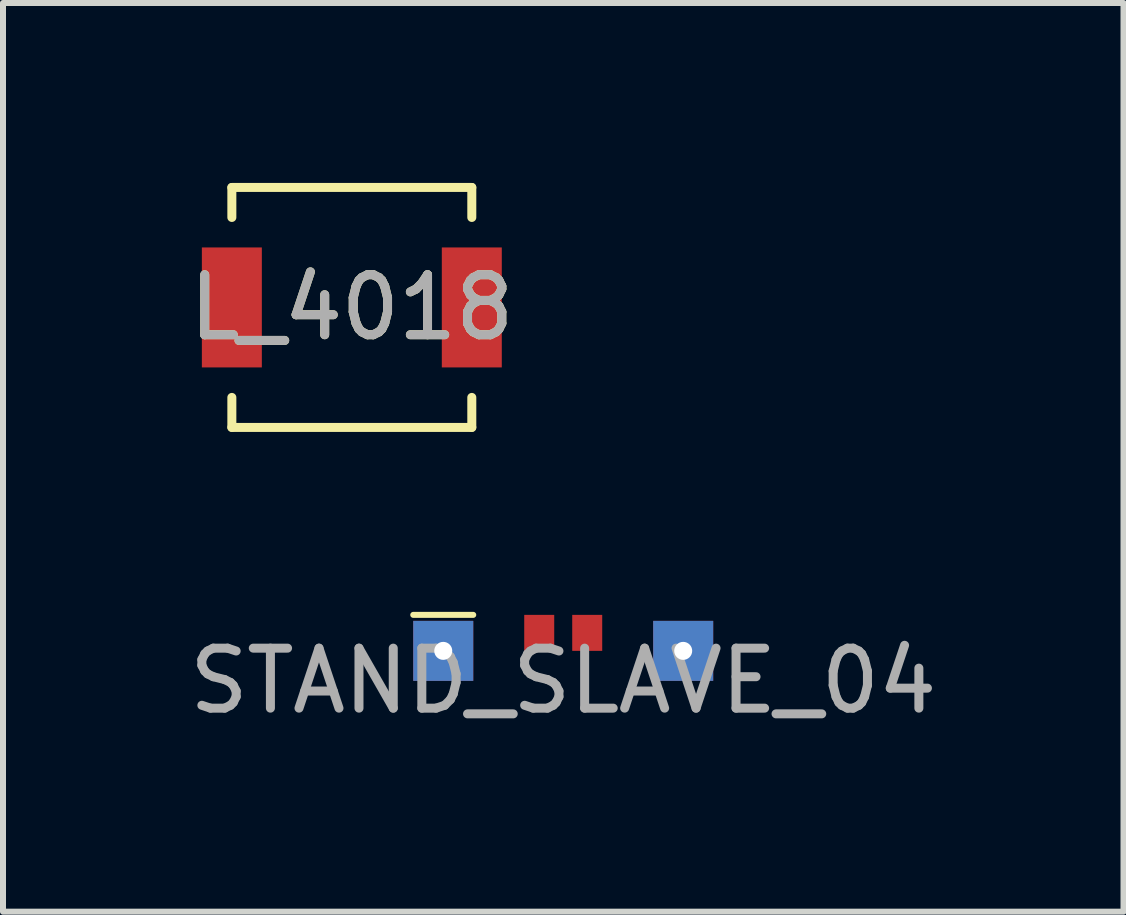
<source format=kicad_pcb>
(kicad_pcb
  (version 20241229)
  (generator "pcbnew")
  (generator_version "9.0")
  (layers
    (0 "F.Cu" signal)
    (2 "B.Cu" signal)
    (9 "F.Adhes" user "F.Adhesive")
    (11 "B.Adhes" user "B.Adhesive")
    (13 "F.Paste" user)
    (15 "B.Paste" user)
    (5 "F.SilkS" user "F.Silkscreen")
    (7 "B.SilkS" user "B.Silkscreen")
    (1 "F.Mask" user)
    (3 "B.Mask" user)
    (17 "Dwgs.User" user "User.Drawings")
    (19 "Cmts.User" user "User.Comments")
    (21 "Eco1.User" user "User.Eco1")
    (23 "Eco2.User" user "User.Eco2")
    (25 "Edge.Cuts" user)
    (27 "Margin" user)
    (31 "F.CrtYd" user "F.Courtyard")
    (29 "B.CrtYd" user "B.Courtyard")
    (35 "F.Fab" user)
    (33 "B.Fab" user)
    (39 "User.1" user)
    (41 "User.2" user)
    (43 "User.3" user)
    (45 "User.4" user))
  (footprint "L_4018"
    (layer "F.Cu")
    (at 2.815 2.075)
    (property "Reference" "L_4018" (at 0 0 180) (layer "F.SilkS") (effects (font (size 1 1) (thickness 0.15))))
    (attr smd)
    (fp_line (start -2 -2) (end 2 -2) (stroke (width 0.15) (type solid)) (layer "F.SilkS"))
    (fp_line (start -2 -1.5) (end -2 -2) (stroke (width 0.15) (type solid)) (layer "F.SilkS"))
    (fp_line (start -2 2) (end -2 1.5) (stroke (width 0.15) (type solid)) (layer "F.SilkS"))
    (fp_line (start 2 -2) (end 2 -1.5) (stroke (width 0.15) (type solid)) (layer "F.SilkS"))
    (fp_line (start 2 1.5) (end 2 2) (stroke (width 0.15) (type solid)) (layer "F.SilkS"))
    (fp_line (start 2 2) (end -2 2) (stroke (width 0.15) (type solid)) (layer "F.SilkS"))
    (fp_text user "${REFERENCE}" (at 0 0 180) (layer "F.Fab") (effects (font (size 1 1) (thickness 0.15))))
    (pad "1" smd rect (at -2 0) (size 1 2) (layers "F.Cu" "F.Mask" "F.Paste"))
    (pad "2" smd rect (at 2 0) (size 1 2) (layers "F.Cu" "F.Mask" "F.Paste")))
  (footprint "STAND_SLAVE_04"
    (layer "F.Cu")
    (at 6.339 7.8)
    (property "Reference" "STAND_SLAVE_04" (at 0 0.5 0) (layer "F.Fab") (effects (font (size 1 1) (thickness 0.15))))
    (attr through_hole)
    (fp_line (start -2.5 -0.6) (end -1.5 -0.6) (stroke (width 0.1) (type default)) (layer "F.SilkS"))
    (pad "1" thru_hole rect (at -2 0) (size 1 1) (drill 0.3) (layers "*.Cu" "*.Mask"))
    (pad "2" smd rect (at -0.4 -0.3) (size 0.5 0.6) (layers "F.Cu" "F.Mask" "F.Paste"))
    (pad "3" smd rect (at 0.4 -0.3) (size 0.5 0.6) (layers "F.Cu" "F.Mask" "F.Paste"))
    (pad "4" thru_hole rect (at 2 0) (size 1 1) (drill 0.3) (layers "*.Cu" "*.Mask")))
  (gr_rect
    (start -3 -3)
    (end 15.679 12.148)
    (stroke (width 0.1) (type default))
    (fill no)
    (layer "Edge.Cuts")))
</source>
